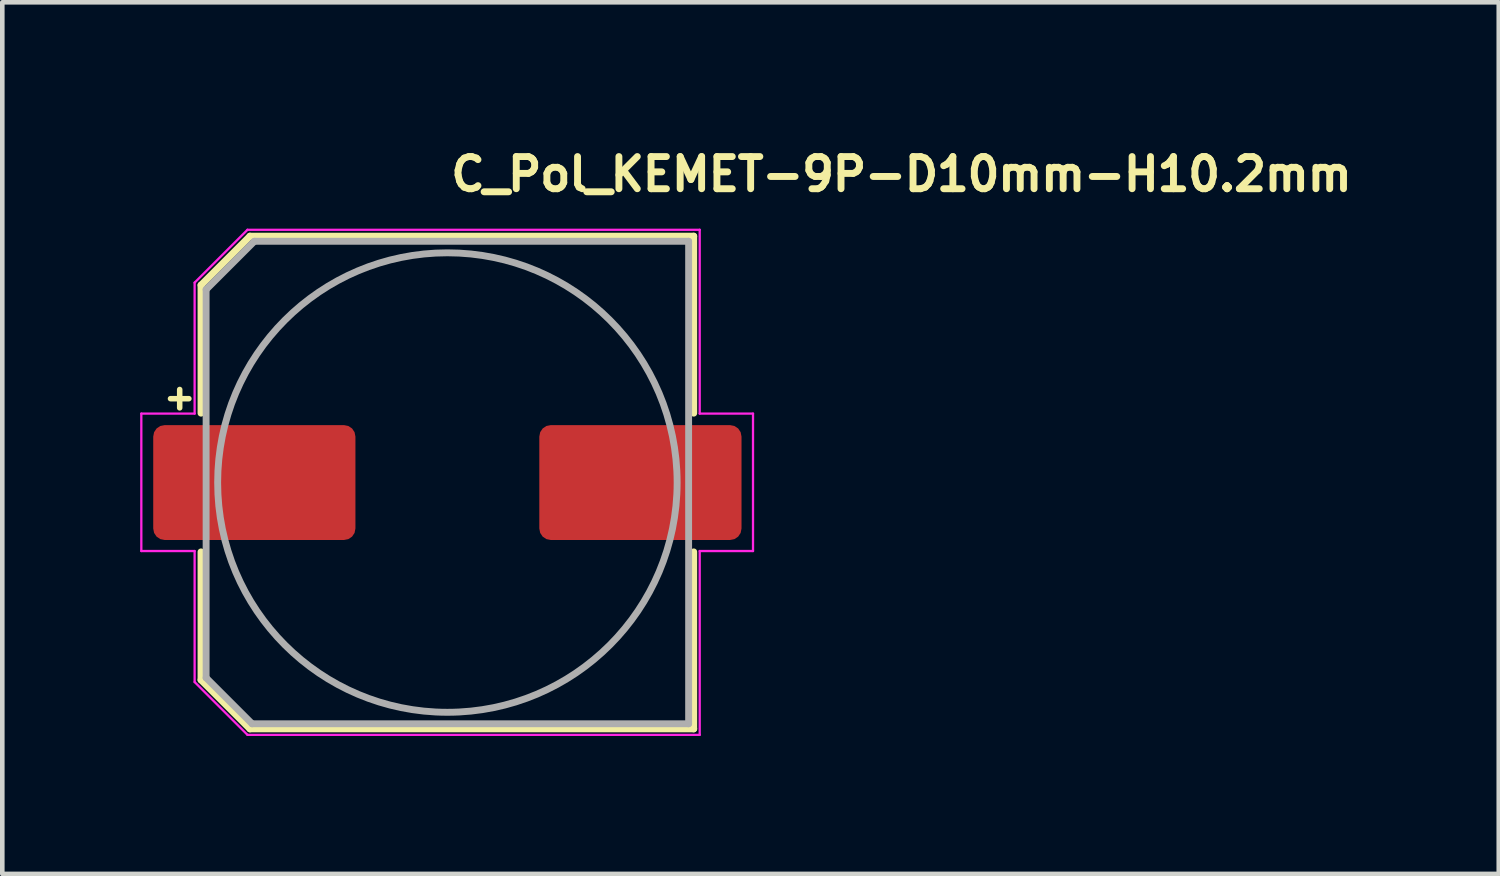
<source format=kicad_pcb>
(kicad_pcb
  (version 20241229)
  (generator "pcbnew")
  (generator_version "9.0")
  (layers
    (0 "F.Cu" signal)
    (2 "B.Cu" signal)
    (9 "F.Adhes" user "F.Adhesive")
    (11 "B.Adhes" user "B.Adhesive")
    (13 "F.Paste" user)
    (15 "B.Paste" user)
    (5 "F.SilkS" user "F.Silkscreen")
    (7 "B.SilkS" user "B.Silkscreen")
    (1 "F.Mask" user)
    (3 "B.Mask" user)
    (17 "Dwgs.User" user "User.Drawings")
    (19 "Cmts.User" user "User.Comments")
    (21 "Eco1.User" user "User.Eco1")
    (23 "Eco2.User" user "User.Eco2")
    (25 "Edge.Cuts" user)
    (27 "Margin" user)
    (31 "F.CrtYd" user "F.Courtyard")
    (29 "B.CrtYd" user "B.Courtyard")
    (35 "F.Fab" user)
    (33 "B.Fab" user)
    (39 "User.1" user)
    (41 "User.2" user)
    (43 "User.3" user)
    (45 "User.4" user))
  (footprint "C_Pol_KEMET-9P-D10mm-H10.2mm"
    (layer "F.Cu")
    (at 6.685 7.45)
    (property "Reference" "C_Pol_KEMET-9P-D10mm-H10.2mm" (at 0 -6.3 0) (layer "F.SilkS") (effects (font (size 0.7 0.7) (thickness 0.15)) (justify left bottom)))
    (attr smd)
    (fp_line (start -6.025 -1.825) (end -5.625 -1.825) (stroke (width 0.12) (type solid)) (layer "F.SilkS"))
    (fp_line (start -5.825 -2.025) (end -5.825 -1.625) (stroke (width 0.12) (type solid)) (layer "F.SilkS"))
    (fp_line (start -5.361 -4.296) (end -5.361 -1.51) (stroke (width 0.15) (type solid)) (layer "F.SilkS"))
    (fp_line (start -5.361 -4.296) (end -4.296 -5.361) (stroke (width 0.15) (type solid)) (layer "F.SilkS"))
    (fp_line (start -5.361 4.295) (end -5.361 1.509) (stroke (width 0.15) (type solid)) (layer "F.SilkS"))
    (fp_line (start -5.361 4.295) (end -4.296 5.36) (stroke (width 0.15) (type solid)) (layer "F.SilkS"))
    (fp_line (start -4.296 -5.361) (end 5.36 -5.361) (stroke (width 0.15) (type solid)) (layer "F.SilkS"))
    (fp_line (start -4.296 5.36) (end 5.36 5.36) (stroke (width 0.15) (type solid)) (layer "F.SilkS"))
    (fp_line (start 5.36 -5.361) (end 5.36 -1.51) (stroke (width 0.15) (type solid)) (layer "F.SilkS"))
    (fp_line (start 5.36 5.36) (end 5.36 1.509) (stroke (width 0.15) (type solid)) (layer "F.SilkS"))
    (fp_line (start -6.66 -1.5) (end -6.66 1.49) (stroke (width 0.05) (type solid)) (layer "F.CrtYd"))
    (fp_line (start -6.66 1.49) (end -5.5 1.49) (stroke (width 0.05) (type solid)) (layer "F.CrtYd"))
    (fp_line (start -5.5 -4.35) (end -5.5 -1.5) (stroke (width 0.05) (type solid)) (layer "F.CrtYd"))
    (fp_line (start -5.5 -4.35) (end -4.35 -5.5) (stroke (width 0.05) (type solid)) (layer "F.CrtYd"))
    (fp_line (start -5.5 -1.5) (end -6.66 -1.5) (stroke (width 0.05) (type solid)) (layer "F.CrtYd"))
    (fp_line (start -5.5 1.49) (end -5.5 4.34) (stroke (width 0.05) (type solid)) (layer "F.CrtYd"))
    (fp_line (start -5.5 4.34) (end -4.35 5.49) (stroke (width 0.05) (type solid)) (layer "F.CrtYd"))
    (fp_line (start -4.35 -5.5) (end 5.49 -5.5) (stroke (width 0.05) (type solid)) (layer "F.CrtYd"))
    (fp_line (start -4.35 5.49) (end 5.49 5.49) (stroke (width 0.05) (type solid)) (layer "F.CrtYd"))
    (fp_line (start 5.49 -5.5) (end 5.49 -1.5) (stroke (width 0.05) (type solid)) (layer "F.CrtYd"))
    (fp_line (start 5.49 -1.5) (end 6.65 -1.5) (stroke (width 0.05) (type solid)) (layer "F.CrtYd"))
    (fp_line (start 5.49 1.49) (end 5.49 5.49) (stroke (width 0.05) (type solid)) (layer "F.CrtYd"))
    (fp_line (start 6.65 -1.5) (end 6.65 1.49) (stroke (width 0.05) (type solid)) (layer "F.CrtYd"))
    (fp_line (start 6.65 1.49) (end 5.49 1.49) (stroke (width 0.05) (type solid)) (layer "F.CrtYd"))
    (fp_line (start -5.25 -4.2) (end -5.25 4.249) (stroke (width 0.15) (type solid)) (layer "F.Fab"))
    (fp_line (start -5.25 -4.2) (end -4.2 -5.25) (stroke (width 0.15) (type solid)) (layer "F.Fab"))
    (fp_line (start -5.25 4.249) (end -4.25 5.249) (stroke (width 0.15) (type solid)) (layer "F.Fab"))
    (fp_line (start -4.25 5.249) (end 5.249 5.249) (stroke (width 0.15) (type solid)) (layer "F.Fab"))
    (fp_line (start -4.2 -5.25) (end 5.249 -5.25) (stroke (width 0.15) (type solid)) (layer "F.Fab"))
    (fp_line (start 5.249 -5.25) (end 5.249 5.249) (stroke (width 0.15) (type solid)) (layer "F.Fab"))
    (fp_circle (center 0 0) (end 4.999 0) (stroke (width 0.15) (type solid)) (fill no) (layer "F.Fab"))
    (fp_line (start -5.25 -4.2) (end -5.25 4.249) (stroke (width 0.15) (type solid)) (layer "User.5"))
    (fp_line (start -5.25 -4.2) (end -4.2 -5.25) (stroke (width 0.15) (type solid)) (layer "User.5"))
    (fp_line (start -5.25 4.249) (end -4.25 5.249) (stroke (width 0.15) (type solid)) (layer "User.5"))
    (fp_line (start -4.25 5.249) (end 5.249 5.249) (stroke (width 0.15) (type solid)) (layer "User.5"))
    (fp_line (start -4.2 -5.25) (end 5.249 -5.25) (stroke (width 0.15) (type solid)) (layer "User.5"))
    (fp_line (start 5.249 -5.25) (end 5.249 5.249) (stroke (width 0.15) (type solid)) (layer "User.5"))
    (fp_circle (center 0 0) (end 4.999 0) (stroke (width 0.15) (type solid)) (fill no) (layer "User.5"))
    (fp_line (start -6 -0.45) (end -6 0.45) (stroke (width 0.01) (type solid)) (layer "User.9"))
    (fp_line (start -6 0.45) (end -5.15 0.45) (stroke (width 0.01) (type solid)) (layer "User.9"))
    (fp_line (start -5.15 -4.15) (end -5.15 -0.719) (stroke (width 0.01) (type solid)) (layer "User.9"))
    (fp_line (start -5.15 -0.719) (end -5.15 0.719) (stroke (width 0.01) (type solid)) (layer "User.9"))
    (fp_line (start -5.15 -0.719) (end -5.116 -0.934) (stroke (width 0.01) (type solid)) (layer "User.9"))
    (fp_line (start -5.15 -0.45) (end -6 -0.45) (stroke (width 0.01) (type solid)) (layer "User.9"))
    (fp_line (start -5.15 0.719) (end -5.15 4.15) (stroke (width 0.01) (type solid)) (layer "User.9"))
    (fp_line (start -5.15 4.15) (end -4.15 5.15) (stroke (width 0.01) (type solid)) (layer "User.9"))
    (fp_line (start -5.116 -0.934) (end -5.073 -1.145) (stroke (width 0.01) (type solid)) (layer "User.9"))
    (fp_line (start -5.116 0.934) (end -5.15 0.719) (stroke (width 0.01) (type solid)) (layer "User.9"))
    (fp_line (start -5.073 -1.145) (end -5.021 -1.353) (stroke (width 0.01) (type solid)) (layer "User.9"))
    (fp_line (start -5.073 1.145) (end -5.116 0.934) (stroke (width 0.01) (type solid)) (layer "User.9"))
    (fp_line (start -5.021 -1.353) (end -4.962 -1.557) (stroke (width 0.01) (type solid)) (layer "User.9"))
    (fp_line (start -5.021 1.353) (end -5.073 1.145) (stroke (width 0.01) (type solid)) (layer "User.9"))
    (fp_line (start -5 0) (end -4.991 -0.297) (stroke (width 0.01) (type solid)) (layer "User.9"))
    (fp_line (start -4.998 0.148) (end -5 0) (stroke (width 0.01) (type solid)) (layer "User.9"))
    (fp_line (start -4.991 0.296) (end -4.998 0.148) (stroke (width 0.01) (type solid)) (layer "User.9"))
    (fp_line (start -4.991 -0.297) (end -4.965 -0.592) (stroke (width 0.01) (type solid)) (layer "User.9"))
    (fp_line (start -4.991 0.297) (end -5 0) (stroke (width 0.01) (type solid)) (layer "User.9"))
    (fp_line (start -4.98 0.444) (end -4.991 0.296) (stroke (width 0.01) (type solid)) (layer "User.9"))
    (fp_line (start -4.965 0.591) (end -4.98 0.444) (stroke (width 0.01) (type solid)) (layer "User.9"))
    (fp_line (start -4.965 -0.592) (end -4.922 -0.883) (stroke (width 0.01) (type solid)) (layer "User.9"))
    (fp_line (start -4.965 0.592) (end -4.991 0.297) (stroke (width 0.01) (type solid)) (layer "User.9"))
    (fp_line (start -4.962 -1.557) (end -4.894 -1.758) (stroke (width 0.01) (type solid)) (layer "User.9"))
    (fp_line (start -4.962 1.557) (end -5.021 1.353) (stroke (width 0.01) (type solid)) (layer "User.9"))
    (fp_line (start -4.945 0.738) (end -4.965 0.591) (stroke (width 0.01) (type solid)) (layer "User.9"))
    (fp_line (start -4.922 0.883) (end -4.965 0.592) (stroke (width 0.01) (type solid)) (layer "User.9"))
    (fp_line (start -4.922 -0.883) (end -4.861 -1.169) (stroke (width 0.01) (type solid)) (layer "User.9"))
    (fp_line (start -4.921 0.885) (end -4.945 0.738) (stroke (width 0.01) (type solid)) (layer "User.9"))
    (fp_line (start -4.894 -1.758) (end -4.819 -1.955) (stroke (width 0.01) (type solid)) (layer "User.9"))
    (fp_line (start -4.894 1.758) (end -4.962 1.557) (stroke (width 0.01) (type solid)) (layer "User.9"))
    (fp_line (start -4.892 1.031) (end -4.921 0.885) (stroke (width 0.01) (type solid)) (layer "User.9"))
    (fp_line (start -4.861 1.169) (end -4.922 0.883) (stroke (width 0.01) (type solid)) (layer "User.9"))
    (fp_line (start -4.861 -1.169) (end -4.785 -1.451) (stroke (width 0.01) (type solid)) (layer "User.9"))
    (fp_line (start -4.859 1.176) (end -4.892 1.031) (stroke (width 0.01) (type solid)) (layer "User.9"))
    (fp_line (start -4.822 1.321) (end -4.859 1.176) (stroke (width 0.01) (type solid)) (layer "User.9"))
    (fp_line (start -4.819 -1.955) (end -4.736 -2.148) (stroke (width 0.01) (type solid)) (layer "User.9"))
    (fp_line (start -4.819 1.955) (end -4.894 1.758) (stroke (width 0.01) (type solid)) (layer "User.9"))
    (fp_line (start -4.785 1.451) (end -4.861 1.169) (stroke (width 0.01) (type solid)) (layer "User.9"))
    (fp_line (start -4.785 -1.451) (end -4.692 -1.727) (stroke (width 0.01) (type solid)) (layer "User.9"))
    (fp_line (start -4.781 1.464) (end -4.822 1.321) (stroke (width 0.01) (type solid)) (layer "User.9"))
    (fp_line (start -4.736 -2.148) (end -4.646 -2.337) (stroke (width 0.01) (type solid)) (layer "User.9"))
    (fp_line (start -4.736 2.148) (end -4.819 1.955) (stroke (width 0.01) (type solid)) (layer "User.9"))
    (fp_line (start -4.735 1.606) (end -4.781 1.464) (stroke (width 0.01) (type solid)) (layer "User.9"))
    (fp_line (start -4.692 1.727) (end -4.785 1.451) (stroke (width 0.01) (type solid)) (layer "User.9"))
    (fp_line (start -4.692 -1.727) (end -4.584 -1.997) (stroke (width 0.01) (type solid)) (layer "User.9"))
    (fp_line (start -4.685 1.747) (end -4.735 1.606) (stroke (width 0.01) (type solid)) (layer "User.9"))
    (fp_line (start -4.646 -2.337) (end -4.548 -2.522) (stroke (width 0.01) (type solid)) (layer "User.9"))
    (fp_line (start -4.646 2.337) (end -4.736 2.148) (stroke (width 0.01) (type solid)) (layer "User.9"))
    (fp_line (start -4.631 1.886) (end -4.685 1.747) (stroke (width 0.01) (type solid)) (layer "User.9"))
    (fp_line (start -4.584 1.997) (end -4.692 1.727) (stroke (width 0.01) (type solid)) (layer "User.9"))
    (fp_line (start -4.584 -1.997) (end -4.46 -2.259) (stroke (width 0.01) (type solid)) (layer "User.9"))
    (fp_line (start -4.572 2.024) (end -4.631 1.886) (stroke (width 0.01) (type solid)) (layer "User.9"))
    (fp_line (start -4.548 -2.522) (end -4.443 -2.702) (stroke (width 0.01) (type solid)) (layer "User.9"))
    (fp_line (start -4.548 2.522) (end -4.646 2.337) (stroke (width 0.01) (type solid)) (layer "User.9"))
    (fp_line (start -4.518 -2.142) (end -4.447 -2.285) (stroke (width 0.01) (type solid)) (layer "User.9"))
    (fp_line (start -4.518 -2.142) (end -4.438 -2.304) (stroke (width 0.01) (type solid)) (layer "User.9"))
    (fp_line (start -4.51 2.16) (end -4.572 2.024) (stroke (width 0.01) (type solid)) (layer "User.9"))
    (fp_line (start -4.46 2.259) (end -4.584 1.997) (stroke (width 0.01) (type solid)) (layer "User.9"))
    (fp_line (start -4.46 -2.259) (end -4.322 -2.515) (stroke (width 0.01) (type solid)) (layer "User.9"))
    (fp_line (start -4.447 -2.285) (end -4.372 -2.427) (stroke (width 0.01) (type solid)) (layer "User.9"))
    (fp_line (start -4.447 2.285) (end -4.518 2.142) (stroke (width 0.01) (type solid)) (layer "User.9"))
    (fp_line (start -4.443 -2.702) (end -4.332 -2.877) (stroke (width 0.01) (type solid)) (layer "User.9"))
    (fp_line (start -4.443 2.702) (end -4.548 2.522) (stroke (width 0.01) (type solid)) (layer "User.9"))
    (fp_line (start -4.443 2.294) (end -4.51 2.16) (stroke (width 0.01) (type solid)) (layer "User.9"))
    (fp_line (start -4.443 2.294) (end -4.443 2.294) (stroke (width 0.01) (type solid)) (layer "User.9"))
    (fp_line (start -4.438 -2.304) (end -4.351 -2.464) (stroke (width 0.01) (type solid)) (layer "User.9"))
    (fp_line (start -4.372 2.426) (end -4.443 2.294) (stroke (width 0.01) (type solid)) (layer "User.9"))
    (fp_line (start -4.372 -2.427) (end -4.291 -2.566) (stroke (width 0.01) (type solid)) (layer "User.9"))
    (fp_line (start -4.372 2.427) (end -4.447 2.285) (stroke (width 0.01) (type solid)) (layer "User.9"))
    (fp_line (start -4.351 -2.464) (end -4.259 -2.62) (stroke (width 0.01) (type solid)) (layer "User.9"))
    (fp_line (start -4.332 -2.877) (end -4.214 -3.048) (stroke (width 0.01) (type solid)) (layer "User.9"))
    (fp_line (start -4.332 2.877) (end -4.443 2.702) (stroke (width 0.01) (type solid)) (layer "User.9"))
    (fp_line (start -4.322 2.515) (end -4.46 2.259) (stroke (width 0.01) (type solid)) (layer "User.9"))
    (fp_line (start -4.322 -2.515) (end -4.168 -2.762) (stroke (width 0.01) (type solid)) (layer "User.9"))
    (fp_line (start -4.297 2.556) (end -4.372 2.426) (stroke (width 0.01) (type solid)) (layer "User.9"))
    (fp_line (start -4.291 -2.566) (end -4.207 -2.703) (stroke (width 0.01) (type solid)) (layer "User.9"))
    (fp_line (start -4.291 2.566) (end -4.372 2.427) (stroke (width 0.01) (type solid)) (layer "User.9"))
    (fp_line (start -4.259 -2.62) (end -4.161 -2.773) (stroke (width 0.01) (type solid)) (layer "User.9"))
    (fp_line (start -4.219 2.684) (end -4.297 2.556) (stroke (width 0.01) (type solid)) (layer "User.9"))
    (fp_line (start -4.214 -3.048) (end -4.089 -3.213) (stroke (width 0.01) (type solid)) (layer "User.9"))
    (fp_line (start -4.214 3.048) (end -4.332 2.877) (stroke (width 0.01) (type solid)) (layer "User.9"))
    (fp_line (start -4.207 -2.703) (end -4.118 -2.836) (stroke (width 0.01) (type solid)) (layer "User.9"))
    (fp_line (start -4.207 2.703) (end -4.291 2.566) (stroke (width 0.01) (type solid)) (layer "User.9"))
    (fp_line (start -4.168 2.762) (end -4.322 2.515) (stroke (width 0.01) (type solid)) (layer "User.9"))
    (fp_line (start -4.168 -2.762) (end -4 -2.999) (stroke (width 0.01) (type solid)) (layer "User.9"))
    (fp_line (start -4.161 -2.773) (end -4.057 -2.922) (stroke (width 0.01) (type solid)) (layer "User.9"))
    (fp_line (start -4.15 -5.15) (end -5.15 -4.15) (stroke (width 0.01) (type solid)) (layer "User.9"))
    (fp_line (start -4.136 2.809) (end -4.219 2.684) (stroke (width 0.01) (type solid)) (layer "User.9"))
    (fp_line (start -4.118 -2.836) (end -4.024 -2.967) (stroke (width 0.01) (type solid)) (layer "User.9"))
    (fp_line (start -4.118 2.836) (end -4.207 2.703) (stroke (width 0.01) (type solid)) (layer "User.9"))
    (fp_line (start -4.089 -3.213) (end -3.958 -3.373) (stroke (width 0.01) (type solid)) (layer "User.9"))
    (fp_line (start -4.089 3.213) (end -4.214 3.048) (stroke (width 0.01) (type solid)) (layer "User.9"))
    (fp_line (start -4.057 -2.922) (end -3.948 -3.068) (stroke (width 0.01) (type solid)) (layer "User.9"))
    (fp_line (start -4.05 2.932) (end -4.136 2.809) (stroke (width 0.01) (type solid)) (layer "User.9"))
    (fp_line (start -4.024 -2.967) (end -3.927 -3.095) (stroke (width 0.01) (type solid)) (layer "User.9"))
    (fp_line (start -4.024 2.967) (end -4.118 2.836) (stroke (width 0.01) (type solid)) (layer "User.9"))
    (fp_line (start -4 2.999) (end -4.168 2.762) (stroke (width 0.01) (type solid)) (layer "User.9"))
    (fp_line (start -4 -2.999) (end -3.819 -3.228) (stroke (width 0.01) (type solid)) (layer "User.9"))
    (fp_line (start -3.96 3.052) (end -4.05 2.932) (stroke (width 0.01) (type solid)) (layer "User.9"))
    (fp_line (start -3.958 -3.373) (end -3.677 -3.677) (stroke (width 0.01) (type solid)) (layer "User.9"))
    (fp_line (start -3.958 3.373) (end -4.089 3.213) (stroke (width 0.01) (type solid)) (layer "User.9"))
    (fp_line (start -3.948 -3.068) (end -3.834 -3.209) (stroke (width 0.01) (type solid)) (layer "User.9"))
    (fp_line (start -3.927 -3.095) (end -3.825 -3.22) (stroke (width 0.01) (type solid)) (layer "User.9"))
    (fp_line (start -3.927 3.095) (end -4.024 2.967) (stroke (width 0.01) (type solid)) (layer "User.9"))
    (fp_line (start -3.867 3.17) (end -3.96 3.052) (stroke (width 0.01) (type solid)) (layer "User.9"))
    (fp_line (start -3.834 -3.209) (end -3.715 -3.346) (stroke (width 0.01) (type solid)) (layer "User.9"))
    (fp_line (start -3.825 -3.22) (end -3.72 -3.341) (stroke (width 0.01) (type solid)) (layer "User.9"))
    (fp_line (start -3.825 3.22) (end -3.927 3.095) (stroke (width 0.01) (type solid)) (layer "User.9"))
    (fp_line (start -3.819 3.228) (end -4 2.999) (stroke (width 0.01) (type solid)) (layer "User.9"))
    (fp_line (start -3.819 -3.228) (end -3.623 -3.446) (stroke (width 0.01) (type solid)) (layer "User.9"))
    (fp_line (start -3.77 3.284) (end -3.867 3.17) (stroke (width 0.01) (type solid)) (layer "User.9"))
    (fp_line (start -3.72 -3.341) (end -3.61 -3.459) (stroke (width 0.01) (type solid)) (layer "User.9"))
    (fp_line (start -3.72 3.341) (end -3.825 3.22) (stroke (width 0.01) (type solid)) (layer "User.9"))
    (fp_line (start -3.715 -3.346) (end -3.59 -3.479) (stroke (width 0.01) (type solid)) (layer "User.9"))
    (fp_line (start -3.677 -3.677) (end -3.373 -3.958) (stroke (width 0.01) (type solid)) (layer "User.9"))
    (fp_line (start -3.677 3.677) (end -3.958 3.373) (stroke (width 0.01) (type solid)) (layer "User.9"))
    (fp_line (start -3.669 3.396) (end -3.77 3.284) (stroke (width 0.01) (type solid)) (layer "User.9"))
    (fp_line (start -3.623 3.446) (end -3.819 3.228) (stroke (width 0.01) (type solid)) (layer "User.9"))
    (fp_line (start -3.623 -3.446) (end -3.414 -3.653) (stroke (width 0.01) (type solid)) (layer "User.9"))
    (fp_line (start -3.61 -3.459) (end -3.497 -3.574) (stroke (width 0.01) (type solid)) (layer "User.9"))
    (fp_line (start -3.61 3.459) (end -3.72 3.341) (stroke (width 0.01) (type solid)) (layer "User.9"))
    (fp_line (start -3.59 -3.479) (end -3.462 -3.608) (stroke (width 0.01) (type solid)) (layer "User.9"))
    (fp_line (start -3.566 3.505) (end -3.669 3.396) (stroke (width 0.01) (type solid)) (layer "User.9"))
    (fp_line (start -3.497 -3.574) (end -3.38 -3.684) (stroke (width 0.01) (type solid)) (layer "User.9"))
    (fp_line (start -3.497 3.574) (end -3.61 3.459) (stroke (width 0.01) (type solid)) (layer "User.9"))
    (fp_line (start -3.462 -3.608) (end -3.328 -3.732) (stroke (width 0.01) (type solid)) (layer "User.9"))
    (fp_line (start -3.459 3.611) (end -3.566 3.505) (stroke (width 0.01) (type solid)) (layer "User.9"))
    (fp_line (start -3.414 3.653) (end -3.623 3.446) (stroke (width 0.01) (type solid)) (layer "User.9"))
    (fp_line (start -3.414 -3.653) (end -3.193 -3.848) (stroke (width 0.01) (type solid)) (layer "User.9"))
    (fp_line (start -3.38 -3.684) (end -3.26 -3.791) (stroke (width 0.01) (type solid)) (layer "User.9"))
    (fp_line (start -3.38 3.684) (end -3.497 3.574) (stroke (width 0.01) (type solid)) (layer "User.9"))
    (fp_line (start -3.373 -3.958) (end -3.213 -4.089) (stroke (width 0.01) (type solid)) (layer "User.9"))
    (fp_line (start -3.373 3.958) (end -3.677 3.677) (stroke (width 0.01) (type solid)) (layer "User.9"))
    (fp_line (start -3.349 3.713) (end -3.459 3.611) (stroke (width 0.01) (type solid)) (layer "User.9"))
    (fp_line (start -3.328 -3.732) (end -3.19 -3.85) (stroke (width 0.01) (type solid)) (layer "User.9"))
    (fp_line (start -3.26 -3.791) (end -3.136 -3.894) (stroke (width 0.01) (type solid)) (layer "User.9"))
    (fp_line (start -3.26 3.791) (end -3.38 3.684) (stroke (width 0.01) (type solid)) (layer "User.9"))
    (fp_line (start -3.236 3.812) (end -3.349 3.713) (stroke (width 0.01) (type solid)) (layer "User.9"))
    (fp_line (start -3.213 -4.089) (end -3.048 -4.214) (stroke (width 0.01) (type solid)) (layer "User.9"))
    (fp_line (start -3.213 4.089) (end -3.373 3.958) (stroke (width 0.01) (type solid)) (layer "User.9"))
    (fp_line (start -3.193 3.848) (end -3.414 3.653) (stroke (width 0.01) (type solid)) (layer "User.9"))
    (fp_line (start -3.193 -3.848) (end -2.958 -4.031) (stroke (width 0.01) (type solid)) (layer "User.9"))
    (fp_line (start -3.19 -3.85) (end -3.048 -3.964) (stroke (width 0.01) (type solid)) (layer "User.9"))
    (fp_line (start -3.136 -3.894) (end -3.009 -3.993) (stroke (width 0.01) (type solid)) (layer "User.9"))
    (fp_line (start -3.136 3.894) (end -3.26 3.791) (stroke (width 0.01) (type solid)) (layer "User.9"))
    (fp_line (start -3.12 3.908) (end -3.236 3.812) (stroke (width 0.01) (type solid)) (layer "User.9"))
    (fp_line (start -3.048 -3.964) (end -2.902 -4.072) (stroke (width 0.01) (type solid)) (layer "User.9"))
    (fp_line (start -3.048 -4.214) (end -2.877 -4.332) (stroke (width 0.01) (type solid)) (layer "User.9"))
    (fp_line (start -3.048 4.214) (end -3.213 4.089) (stroke (width 0.01) (type solid)) (layer "User.9"))
    (fp_line (start -3.009 -3.993) (end -2.879 -4.088) (stroke (width 0.01) (type solid)) (layer "User.9"))
    (fp_line (start -3.009 3.993) (end -3.136 3.894) (stroke (width 0.01) (type solid)) (layer "User.9"))
    (fp_line (start -3.001 4) (end -3.12 3.908) (stroke (width 0.01) (type solid)) (layer "User.9"))
    (fp_line (start -2.958 4.031) (end -3.193 3.848) (stroke (width 0.01) (type solid)) (layer "User.9"))
    (fp_line (start -2.958 4.031) (end -2.958 4.031) (stroke (width 0.01) (type solid)) (layer "User.9"))
    (fp_line (start -2.958 -4.031) (end -2.958 -4.031) (stroke (width 0.01) (type solid)) (layer "User.9"))
    (fp_line (start -2.958 -4.031) (end -2.713 -4.2) (stroke (width 0.01) (type solid)) (layer "User.9"))
    (fp_line (start -2.902 -4.072) (end -2.751 -4.175) (stroke (width 0.01) (type solid)) (layer "User.9"))
    (fp_line (start -2.879 4.088) (end -3.009 3.993) (stroke (width 0.01) (type solid)) (layer "User.9"))
    (fp_line (start -2.879 4.088) (end -3.001 4) (stroke (width 0.01) (type solid)) (layer "User.9"))
    (fp_line (start -2.877 -4.332) (end -2.702 -4.443) (stroke (width 0.01) (type solid)) (layer "User.9"))
    (fp_line (start -2.877 4.332) (end -3.048 4.214) (stroke (width 0.01) (type solid)) (layer "User.9"))
    (fp_line (start -2.751 -4.175) (end -2.597 -4.273) (stroke (width 0.01) (type solid)) (layer "User.9"))
    (fp_line (start -2.713 4.2) (end -2.958 4.031) (stroke (width 0.01) (type solid)) (layer "User.9"))
    (fp_line (start -2.713 -4.2) (end -2.46 -4.353) (stroke (width 0.01) (type solid)) (layer "User.9"))
    (fp_line (start -2.702 -4.443) (end -2.522 -4.548) (stroke (width 0.01) (type solid)) (layer "User.9"))
    (fp_line (start -2.702 4.443) (end -2.877 4.332) (stroke (width 0.01) (type solid)) (layer "User.9"))
    (fp_line (start -2.597 -4.273) (end -2.597 -4.273) (stroke (width 0.01) (type solid)) (layer "User.9"))
    (fp_line (start -2.597 -4.273) (end -2.44 -4.364) (stroke (width 0.01) (type solid)) (layer "User.9"))
    (fp_line (start -2.522 -4.548) (end -2.337 -4.646) (stroke (width 0.01) (type solid)) (layer "User.9"))
    (fp_line (start -2.522 4.548) (end -2.702 4.443) (stroke (width 0.01) (type solid)) (layer "User.9"))
    (fp_line (start -2.46 4.353) (end -2.713 4.2) (stroke (width 0.01) (type solid)) (layer "User.9"))
    (fp_line (start -2.46 -4.353) (end -2.2 -4.49) (stroke (width 0.01) (type solid)) (layer "User.9"))
    (fp_line (start -2.44 -4.364) (end -2.279 -4.451) (stroke (width 0.01) (type solid)) (layer "User.9"))
    (fp_line (start -2.337 -4.646) (end -2.148 -4.736) (stroke (width 0.01) (type solid)) (layer "User.9"))
    (fp_line (start -2.337 4.646) (end -2.522 4.548) (stroke (width 0.01) (type solid)) (layer "User.9"))
    (fp_line (start -2.279 -4.451) (end -2.116 -4.531) (stroke (width 0.01) (type solid)) (layer "User.9"))
    (fp_line (start -2.2 4.49) (end -2.46 4.353) (stroke (width 0.01) (type solid)) (layer "User.9"))
    (fp_line (start -2.2 -4.49) (end -1.934 -4.611) (stroke (width 0.01) (type solid)) (layer "User.9"))
    (fp_line (start -2.148 -4.736) (end -1.955 -4.819) (stroke (width 0.01) (type solid)) (layer "User.9"))
    (fp_line (start -2.148 4.736) (end -2.337 4.646) (stroke (width 0.01) (type solid)) (layer "User.9"))
    (fp_line (start -2.116 -4.531) (end -1.949 -4.604) (stroke (width 0.01) (type solid)) (layer "User.9"))
    (fp_line (start -1.955 -4.819) (end -1.758 -4.894) (stroke (width 0.01) (type solid)) (layer "User.9"))
    (fp_line (start -1.955 4.819) (end -2.148 4.736) (stroke (width 0.01) (type solid)) (layer "User.9"))
    (fp_line (start -1.949 -4.604) (end -1.78 -4.672) (stroke (width 0.01) (type solid)) (layer "User.9"))
    (fp_line (start -1.934 4.611) (end -2.2 4.49) (stroke (width 0.01) (type solid)) (layer "User.9"))
    (fp_line (start -1.934 -4.611) (end -1.661 -4.716) (stroke (width 0.01) (type solid)) (layer "User.9"))
    (fp_line (start -1.78 -4.672) (end -1.609 -4.734) (stroke (width 0.01) (type solid)) (layer "User.9"))
    (fp_line (start -1.758 -4.894) (end -1.557 -4.962) (stroke (width 0.01) (type solid)) (layer "User.9"))
    (fp_line (start -1.758 4.894) (end -1.955 4.819) (stroke (width 0.01) (type solid)) (layer "User.9"))
    (fp_line (start -1.661 4.716) (end -1.934 4.611) (stroke (width 0.01) (type solid)) (layer "User.9"))
    (fp_line (start -1.661 -4.716) (end -1.384 -4.805) (stroke (width 0.01) (type solid)) (layer "User.9"))
    (fp_line (start -1.609 -4.734) (end -1.436 -4.789) (stroke (width 0.01) (type solid)) (layer "User.9"))
    (fp_line (start -1.557 -4.962) (end -1.353 -5.021) (stroke (width 0.01) (type solid)) (layer "User.9"))
    (fp_line (start -1.557 4.962) (end -1.758 4.894) (stroke (width 0.01) (type solid)) (layer "User.9"))
    (fp_line (start -1.436 -4.789) (end -1.26 -4.838) (stroke (width 0.01) (type solid)) (layer "User.9"))
    (fp_line (start -1.384 4.805) (end -1.661 4.716) (stroke (width 0.01) (type solid)) (layer "User.9"))
    (fp_line (start -1.384 -4.805) (end -1.102 -4.877) (stroke (width 0.01) (type solid)) (layer "User.9"))
    (fp_line (start -1.353 -5.021) (end -1.145 -5.073) (stroke (width 0.01) (type solid)) (layer "User.9"))
    (fp_line (start -1.353 5.021) (end -1.557 4.962) (stroke (width 0.01) (type solid)) (layer "User.9"))
    (fp_line (start -1.26 -4.838) (end -1.084 -4.881) (stroke (width 0.01) (type solid)) (layer "User.9"))
    (fp_line (start -1.145 -5.073) (end -0.934 -5.116) (stroke (width 0.01) (type solid)) (layer "User.9"))
    (fp_line (start -1.145 5.073) (end -1.353 5.021) (stroke (width 0.01) (type solid)) (layer "User.9"))
    (fp_line (start -1.102 4.877) (end -1.384 4.805) (stroke (width 0.01) (type solid)) (layer "User.9"))
    (fp_line (start -1.102 -4.877) (end -0.817 -4.933) (stroke (width 0.01) (type solid)) (layer "User.9"))
    (fp_line (start -1.084 -4.881) (end -0.905 -4.917) (stroke (width 0.01) (type solid)) (layer "User.9"))
    (fp_line (start -0.934 -5.116) (end -0.719 -5.15) (stroke (width 0.01) (type solid)) (layer "User.9"))
    (fp_line (start -0.934 5.116) (end -1.145 5.073) (stroke (width 0.01) (type solid)) (layer "User.9"))
    (fp_line (start -0.905 -4.917) (end -0.726 -4.947) (stroke (width 0.01) (type solid)) (layer "User.9"))
    (fp_line (start -0.817 4.933) (end -1.102 4.877) (stroke (width 0.01) (type solid)) (layer "User.9"))
    (fp_line (start -0.817 -4.933) (end -0.529 -4.972) (stroke (width 0.01) (type solid)) (layer "User.9"))
    (fp_line (start -0.726 -4.947) (end -0.545 -4.97) (stroke (width 0.01) (type solid)) (layer "User.9"))
    (fp_line (start -0.719 -5.15) (end -4.15 -5.15) (stroke (width 0.01) (type solid)) (layer "User.9"))
    (fp_line (start -0.719 5.15) (end -4.15 5.15) (stroke (width 0.01) (type solid)) (layer "User.9"))
    (fp_line (start -0.719 5.15) (end -0.934 5.116) (stroke (width 0.01) (type solid)) (layer "User.9"))
    (fp_line (start -0.719 5.15) (end 0.719 5.15) (stroke (width 0.01) (type solid)) (layer "User.9"))
    (fp_line (start -0.545 -4.97) (end -0.364 -4.987) (stroke (width 0.01) (type solid)) (layer "User.9"))
    (fp_line (start -0.529 4.972) (end -0.817 4.933) (stroke (width 0.01) (type solid)) (layer "User.9"))
    (fp_line (start -0.529 -4.972) (end -0.24 -4.994) (stroke (width 0.01) (type solid)) (layer "User.9"))
    (fp_line (start -0.364 -4.987) (end -0.182 -4.997) (stroke (width 0.01) (type solid)) (layer "User.9"))
    (fp_line (start -0.24 4.994) (end -0.529 4.972) (stroke (width 0.01) (type solid)) (layer "User.9"))
    (fp_line (start -0.24 -4.994) (end 0.052 -5) (stroke (width 0.01) (type solid)) (layer "User.9"))
    (fp_line (start -0.182 -4.997) (end -0.000445 -5) (stroke (width 0.01) (type solid)) (layer "User.9"))
    (fp_line (start -0.000445 -5) (end 0.181 -4.997) (stroke (width 0.01) (type solid)) (layer "User.9"))
    (fp_line (start 0.052 5) (end -0.24 4.994) (stroke (width 0.01) (type solid)) (layer "User.9"))
    (fp_line (start 0.052 -5) (end 0.343 -4.988) (stroke (width 0.01) (type solid)) (layer "User.9"))
    (fp_line (start 0.181 -4.997) (end 0.181 -4.997) (stroke (width 0.01) (type solid)) (layer "User.9"))
    (fp_line (start 0.181 -4.997) (end 0.363 -4.987) (stroke (width 0.01) (type solid)) (layer "User.9"))
    (fp_line (start 0.343 4.988) (end 0.052 5) (stroke (width 0.01) (type solid)) (layer "User.9"))
    (fp_line (start 0.343 -4.988) (end 0.635 -4.96) (stroke (width 0.01) (type solid)) (layer "User.9"))
    (fp_line (start 0.363 -4.987) (end 0.544 -4.971) (stroke (width 0.01) (type solid)) (layer "User.9"))
    (fp_line (start 0.544 -4.971) (end 0.725 -4.947) (stroke (width 0.01) (type solid)) (layer "User.9"))
    (fp_line (start 0.635 4.96) (end 0.343 4.988) (stroke (width 0.01) (type solid)) (layer "User.9"))
    (fp_line (start 0.635 -4.96) (end 0.925 -4.914) (stroke (width 0.01) (type solid)) (layer "User.9"))
    (fp_line (start 0.719 -5.15) (end -0.719 -5.15) (stroke (width 0.01) (type solid)) (layer "User.9"))
    (fp_line (start 0.719 5.15) (end 0.934 5.116) (stroke (width 0.01) (type solid)) (layer "User.9"))
    (fp_line (start 0.719 5.15) (end 4.75 5.15) (stroke (width 0.01) (type solid)) (layer "User.9"))
    (fp_line (start 0.725 -4.947) (end 0.904 -4.918) (stroke (width 0.01) (type solid)) (layer "User.9"))
    (fp_line (start 0.904 -4.918) (end 1.082 -4.882) (stroke (width 0.01) (type solid)) (layer "User.9"))
    (fp_line (start 0.925 4.914) (end 0.635 4.96) (stroke (width 0.01) (type solid)) (layer "User.9"))
    (fp_line (start 0.925 -4.914) (end 1.214 -4.85) (stroke (width 0.01) (type solid)) (layer "User.9"))
    (fp_line (start 0.934 5.116) (end 1.145 5.073) (stroke (width 0.01) (type solid)) (layer "User.9"))
    (fp_line (start 0.934 -5.116) (end 0.719 -5.15) (stroke (width 0.01) (type solid)) (layer "User.9"))
    (fp_line (start 1.082 -4.882) (end 1.259 -4.839) (stroke (width 0.01) (type solid)) (layer "User.9"))
    (fp_line (start 1.145 5.073) (end 1.353 5.021) (stroke (width 0.01) (type solid)) (layer "User.9"))
    (fp_line (start 1.145 -5.073) (end 0.934 -5.116) (stroke (width 0.01) (type solid)) (layer "User.9"))
    (fp_line (start 1.214 4.85) (end 0.925 4.914) (stroke (width 0.01) (type solid)) (layer "User.9"))
    (fp_line (start 1.214 -4.85) (end 1.5 -4.77) (stroke (width 0.01) (type solid)) (layer "User.9"))
    (fp_line (start 1.259 -4.839) (end 1.434 -4.79) (stroke (width 0.01) (type solid)) (layer "User.9"))
    (fp_line (start 1.353 5.021) (end 1.557 4.962) (stroke (width 0.01) (type solid)) (layer "User.9"))
    (fp_line (start 1.353 -5.021) (end 1.145 -5.073) (stroke (width 0.01) (type solid)) (layer "User.9"))
    (fp_line (start 1.434 -4.79) (end 1.607 -4.735) (stroke (width 0.01) (type solid)) (layer "User.9"))
    (fp_line (start 1.5 -4.77) (end 1.693 -4.705) (stroke (width 0.01) (type solid)) (layer "User.9"))
    (fp_line (start 1.5 4.77) (end 1.214 4.85) (stroke (width 0.01) (type solid)) (layer "User.9"))
    (fp_line (start 1.557 4.962) (end 1.758 4.894) (stroke (width 0.01) (type solid)) (layer "User.9"))
    (fp_line (start 1.557 -4.962) (end 1.353 -5.021) (stroke (width 0.01) (type solid)) (layer "User.9"))
    (fp_line (start 1.607 -4.735) (end 1.778 -4.673) (stroke (width 0.01) (type solid)) (layer "User.9"))
    (fp_line (start 1.693 -4.705) (end 1.883 -4.632) (stroke (width 0.01) (type solid)) (layer "User.9"))
    (fp_line (start 1.758 4.894) (end 1.955 4.819) (stroke (width 0.01) (type solid)) (layer "User.9"))
    (fp_line (start 1.758 -4.894) (end 1.557 -4.962) (stroke (width 0.01) (type solid)) (layer "User.9"))
    (fp_line (start 1.778 -4.673) (end 1.947 -4.605) (stroke (width 0.01) (type solid)) (layer "User.9"))
    (fp_line (start 1.883 4.632) (end 1.5 4.77) (stroke (width 0.01) (type solid)) (layer "User.9"))
    (fp_line (start 1.883 -4.632) (end 2.068 -4.553) (stroke (width 0.01) (type solid)) (layer "User.9"))
    (fp_line (start 1.947 -4.605) (end 2.113 -4.532) (stroke (width 0.01) (type solid)) (layer "User.9"))
    (fp_line (start 1.955 4.819) (end 2.148 4.736) (stroke (width 0.01) (type solid)) (layer "User.9"))
    (fp_line (start 1.955 -4.819) (end 1.758 -4.894) (stroke (width 0.01) (type solid)) (layer "User.9"))
    (fp_line (start 2.068 -4.553) (end 2.248 -4.466) (stroke (width 0.01) (type solid)) (layer "User.9"))
    (fp_line (start 2.113 -4.532) (end 2.276 -4.452) (stroke (width 0.01) (type solid)) (layer "User.9"))
    (fp_line (start 2.148 4.736) (end 2.337 4.646) (stroke (width 0.01) (type solid)) (layer "User.9"))
    (fp_line (start 2.148 -4.736) (end 1.955 -4.819) (stroke (width 0.01) (type solid)) (layer "User.9"))
    (fp_line (start 2.187 -4.496) (end 2.395 -4.39) (stroke (width 0.01) (type solid)) (layer "User.9"))
    (fp_line (start 2.248 4.466) (end 1.883 4.632) (stroke (width 0.01) (type solid)) (layer "User.9"))
    (fp_line (start 2.248 -4.466) (end 2.425 -4.373) (stroke (width 0.01) (type solid)) (layer "User.9"))
    (fp_line (start 2.276 -4.452) (end 2.436 -4.367) (stroke (width 0.01) (type solid)) (layer "User.9"))
    (fp_line (start 2.337 4.646) (end 2.522 4.548) (stroke (width 0.01) (type solid)) (layer "User.9"))
    (fp_line (start 2.337 -4.646) (end 2.148 -4.736) (stroke (width 0.01) (type solid)) (layer "User.9"))
    (fp_line (start 2.395 -4.39) (end 2.597 -4.273) (stroke (width 0.01) (type solid)) (layer "User.9"))
    (fp_line (start 2.395 4.39) (end 2.187 4.496) (stroke (width 0.01) (type solid)) (layer "User.9"))
    (fp_line (start 2.395 4.39) (end 2.187 4.496) (stroke (width 0.01) (type solid)) (layer "User.9"))
    (fp_line (start 2.425 -4.373) (end 2.596 -4.273) (stroke (width 0.01) (type solid)) (layer "User.9"))
    (fp_line (start 2.436 -4.367) (end 2.593 -4.275) (stroke (width 0.01) (type solid)) (layer "User.9"))
    (fp_line (start 2.522 4.548) (end 2.702 4.443) (stroke (width 0.01) (type solid)) (layer "User.9"))
    (fp_line (start 2.522 -4.548) (end 2.337 -4.646) (stroke (width 0.01) (type solid)) (layer "User.9"))
    (fp_line (start 2.593 -4.275) (end 2.747 -4.178) (stroke (width 0.01) (type solid)) (layer "User.9"))
    (fp_line (start 2.596 4.273) (end 2.248 4.466) (stroke (width 0.01) (type solid)) (layer "User.9"))
    (fp_line (start 2.596 -4.273) (end 2.764 -4.167) (stroke (width 0.01) (type solid)) (layer "User.9"))
    (fp_line (start 2.597 -4.273) (end 2.794 -4.148) (stroke (width 0.01) (type solid)) (layer "User.9"))
    (fp_line (start 2.597 4.273) (end 2.395 4.39) (stroke (width 0.01) (type solid)) (layer "User.9"))
    (fp_line (start 2.597 4.273) (end 2.395 4.39) (stroke (width 0.01) (type solid)) (layer "User.9"))
    (fp_line (start 2.702 4.443) (end 2.877 4.332) (stroke (width 0.01) (type solid)) (layer "User.9"))
    (fp_line (start 2.702 -4.443) (end 2.522 -4.548) (stroke (width 0.01) (type solid)) (layer "User.9"))
    (fp_line (start 2.747 -4.178) (end 2.897 -4.076) (stroke (width 0.01) (type solid)) (layer "User.9"))
    (fp_line (start 2.764 -4.167) (end 2.926 -4.055) (stroke (width 0.01) (type solid)) (layer "User.9"))
    (fp_line (start 2.794 -4.148) (end 2.984 -4.013) (stroke (width 0.01) (type solid)) (layer "User.9"))
    (fp_line (start 2.794 4.148) (end 2.597 4.273) (stroke (width 0.01) (type solid)) (layer "User.9"))
    (fp_line (start 2.794 4.148) (end 2.597 4.273) (stroke (width 0.01) (type solid)) (layer "User.9"))
    (fp_line (start 2.877 4.332) (end 3.048 4.214) (stroke (width 0.01) (type solid)) (layer "User.9"))
    (fp_line (start 2.877 -4.332) (end 2.702 -4.443) (stroke (width 0.01) (type solid)) (layer "User.9"))
    (fp_line (start 2.897 -4.076) (end 2.897 -4.076) (stroke (width 0.01) (type solid)) (layer "User.9"))
    (fp_line (start 2.897 -4.076) (end 3.043 -3.968) (stroke (width 0.01) (type solid)) (layer "User.9"))
    (fp_line (start 2.926 4.055) (end 2.596 4.273) (stroke (width 0.01) (type solid)) (layer "User.9"))
    (fp_line (start 2.926 -4.055) (end 3.083 -3.937) (stroke (width 0.01) (type solid)) (layer "User.9"))
    (fp_line (start 2.984 -4.013) (end 3.167 -3.869) (stroke (width 0.01) (type solid)) (layer "User.9"))
    (fp_line (start 2.984 4.013) (end 2.794 4.148) (stroke (width 0.01) (type solid)) (layer "User.9"))
    (fp_line (start 2.984 4.013) (end 2.794 4.148) (stroke (width 0.01) (type solid)) (layer "User.9"))
    (fp_line (start 3.043 -3.968) (end 3.185 -3.855) (stroke (width 0.01) (type solid)) (layer "User.9"))
    (fp_line (start 3.048 4.214) (end 3.213 4.089) (stroke (width 0.01) (type solid)) (layer "User.9"))
    (fp_line (start 3.048 -4.214) (end 2.877 -4.332) (stroke (width 0.01) (type solid)) (layer "User.9"))
    (fp_line (start 3.083 -3.937) (end 3.235 -3.813) (stroke (width 0.01) (type solid)) (layer "User.9"))
    (fp_line (start 3.167 -3.869) (end 3.344 -3.717) (stroke (width 0.01) (type solid)) (layer "User.9"))
    (fp_line (start 3.167 3.869) (end 2.984 4.013) (stroke (width 0.01) (type solid)) (layer "User.9"))
    (fp_line (start 3.167 3.869) (end 2.984 4.013) (stroke (width 0.01) (type solid)) (layer "User.9"))
    (fp_line (start 3.185 -3.855) (end 3.323 -3.736) (stroke (width 0.01) (type solid)) (layer "User.9"))
    (fp_line (start 3.213 4.089) (end 3.373 3.958) (stroke (width 0.01) (type solid)) (layer "User.9"))
    (fp_line (start 3.213 -4.089) (end 3.048 -4.214) (stroke (width 0.01) (type solid)) (layer "User.9"))
    (fp_line (start 3.235 3.813) (end 2.926 4.055) (stroke (width 0.01) (type solid)) (layer "User.9"))
    (fp_line (start 3.235 -3.813) (end 3.382 -3.683) (stroke (width 0.01) (type solid)) (layer "User.9"))
    (fp_line (start 3.323 -3.736) (end 3.456 -3.613) (stroke (width 0.01) (type solid)) (layer "User.9"))
    (fp_line (start 3.344 -3.717) (end 3.514 -3.557) (stroke (width 0.01) (type solid)) (layer "User.9"))
    (fp_line (start 3.344 3.717) (end 3.167 3.869) (stroke (width 0.01) (type solid)) (layer "User.9"))
    (fp_line (start 3.344 3.717) (end 3.167 3.869) (stroke (width 0.01) (type solid)) (layer "User.9"))
    (fp_line (start 3.373 3.958) (end 3.677 3.677) (stroke (width 0.01) (type solid)) (layer "User.9"))
    (fp_line (start 3.373 -3.958) (end 3.213 -4.089) (stroke (width 0.01) (type solid)) (layer "User.9"))
    (fp_line (start 3.382 -3.683) (end 3.523 -3.548) (stroke (width 0.01) (type solid)) (layer "User.9"))
    (fp_line (start 3.456 -3.613) (end 3.585 -3.485) (stroke (width 0.01) (type solid)) (layer "User.9"))
    (fp_line (start 3.514 -3.557) (end 3.675 -3.389) (stroke (width 0.01) (type solid)) (layer "User.9"))
    (fp_line (start 3.514 3.557) (end 3.344 3.717) (stroke (width 0.01) (type solid)) (layer "User.9"))
    (fp_line (start 3.514 3.557) (end 3.344 3.717) (stroke (width 0.01) (type solid)) (layer "User.9"))
    (fp_line (start 3.523 3.548) (end 3.235 3.813) (stroke (width 0.01) (type solid)) (layer "User.9"))
    (fp_line (start 3.523 -3.548) (end 3.659 -3.408) (stroke (width 0.01) (type solid)) (layer "User.9"))
    (fp_line (start 3.585 -3.485) (end 3.709 -3.353) (stroke (width 0.01) (type solid)) (layer "User.9"))
    (fp_line (start 3.659 -3.408) (end 3.789 -3.263) (stroke (width 0.01) (type solid)) (layer "User.9"))
    (fp_line (start 3.675 -3.389) (end 3.83 -3.214) (stroke (width 0.01) (type solid)) (layer "User.9"))
    (fp_line (start 3.675 3.389) (end 3.514 3.557) (stroke (width 0.01) (type solid)) (layer "User.9"))
    (fp_line (start 3.675 3.389) (end 3.514 3.557) (stroke (width 0.01) (type solid)) (layer "User.9"))
    (fp_line (start 3.677 3.677) (end 3.958 3.373) (stroke (width 0.01) (type solid)) (layer "User.9"))
    (fp_line (start 3.677 -3.677) (end 3.373 -3.958) (stroke (width 0.01) (type solid)) (layer "User.9"))
    (fp_line (start 3.709 -3.353) (end 3.828 -3.216) (stroke (width 0.01) (type solid)) (layer "User.9"))
    (fp_line (start 3.789 3.263) (end 3.523 3.548) (stroke (width 0.01) (type solid)) (layer "User.9"))
    (fp_line (start 3.789 -3.263) (end 3.913 -3.113) (stroke (width 0.01) (type solid)) (layer "User.9"))
    (fp_line (start 3.828 -3.216) (end 3.943 -3.075) (stroke (width 0.01) (type solid)) (layer "User.9"))
    (fp_line (start 3.83 -3.214) (end 3.975 -3.032) (stroke (width 0.01) (type solid)) (layer "User.9"))
    (fp_line (start 3.83 3.214) (end 3.675 3.389) (stroke (width 0.01) (type solid)) (layer "User.9"))
    (fp_line (start 3.83 3.214) (end 3.675 3.389) (stroke (width 0.01) (type solid)) (layer "User.9"))
    (fp_line (start 3.913 -3.113) (end 4.031 -2.958) (stroke (width 0.01) (type solid)) (layer "User.9"))
    (fp_line (start 3.943 -3.075) (end 4.052 -2.93) (stroke (width 0.01) (type solid)) (layer "User.9"))
    (fp_line (start 3.958 3.373) (end 4.089 3.213) (stroke (width 0.01) (type solid)) (layer "User.9"))
    (fp_line (start 3.958 -3.373) (end 3.677 -3.677) (stroke (width 0.01) (type solid)) (layer "User.9"))
    (fp_line (start 3.975 -3.032) (end 4.113 -2.844) (stroke (width 0.01) (type solid)) (layer "User.9"))
    (fp_line (start 3.975 3.032) (end 3.83 3.214) (stroke (width 0.01) (type solid)) (layer "User.9"))
    (fp_line (start 3.975 3.032) (end 3.83 3.214) (stroke (width 0.01) (type solid)) (layer "User.9"))
    (fp_line (start 4.031 2.958) (end 3.789 3.263) (stroke (width 0.01) (type solid)) (layer "User.9"))
    (fp_line (start 4.031 -2.958) (end 4.143 -2.799) (stroke (width 0.01) (type solid)) (layer "User.9"))
    (fp_line (start 4.052 -2.93) (end 4.155 -2.781) (stroke (width 0.01) (type solid)) (layer "User.9"))
    (fp_line (start 4.089 3.213) (end 4.214 3.048) (stroke (width 0.01) (type solid)) (layer "User.9"))
    (fp_line (start 4.089 -3.213) (end 3.958 -3.373) (stroke (width 0.01) (type solid)) (layer "User.9"))
    (fp_line (start 4.113 -2.844) (end 4.241 -2.649) (stroke (width 0.01) (type solid)) (layer "User.9"))
    (fp_line (start 4.113 2.844) (end 3.975 3.032) (stroke (width 0.01) (type solid)) (layer "User.9"))
    (fp_line (start 4.113 2.844) (end 3.975 3.032) (stroke (width 0.01) (type solid)) (layer "User.9"))
    (fp_line (start 4.143 -2.799) (end 4.249 -2.635) (stroke (width 0.01) (type solid)) (layer "User.9"))
    (fp_line (start 4.155 -2.781) (end 4.254 -2.628) (stroke (width 0.01) (type solid)) (layer "User.9"))
    (fp_line (start 4.214 3.048) (end 4.332 2.877) (stroke (width 0.01) (type solid)) (layer "User.9"))
    (fp_line (start 4.214 -3.048) (end 4.089 -3.213) (stroke (width 0.01) (type solid)) (layer "User.9"))
    (fp_line (start 4.241 -2.649) (end 4.36 -2.449) (stroke (width 0.01) (type solid)) (layer "User.9"))
    (fp_line (start 4.241 2.649) (end 4.113 2.844) (stroke (width 0.01) (type solid)) (layer "User.9"))
    (fp_line (start 4.241 2.649) (end 4.113 2.844) (stroke (width 0.01) (type solid)) (layer "User.9"))
    (fp_line (start 4.249 2.635) (end 4.031 2.958) (stroke (width 0.01) (type solid)) (layer "User.9"))
    (fp_line (start 4.249 -2.635) (end 4.349 -2.468) (stroke (width 0.01) (type solid)) (layer "User.9"))
    (fp_line (start 4.254 -2.628) (end 4.346 -2.472) (stroke (width 0.01) (type solid)) (layer "User.9"))
    (fp_line (start 4.332 2.877) (end 4.443 2.702) (stroke (width 0.01) (type solid)) (layer "User.9"))
    (fp_line (start 4.332 -2.877) (end 4.214 -3.048) (stroke (width 0.01) (type solid)) (layer "User.9"))
    (fp_line (start 4.346 -2.472) (end 4.433 -2.312) (stroke (width 0.01) (type solid)) (layer "User.9"))
    (fp_line (start 4.349 -2.468) (end 4.442 -2.296) (stroke (width 0.01) (type solid)) (layer "User.9"))
    (fp_line (start 4.36 -2.449) (end 4.469 -2.243) (stroke (width 0.01) (type solid)) (layer "User.9"))
    (fp_line (start 4.36 2.449) (end 4.241 2.649) (stroke (width 0.01) (type solid)) (layer "User.9"))
    (fp_line (start 4.36 2.449) (end 4.241 2.649) (stroke (width 0.01) (type solid)) (layer "User.9"))
    (fp_line (start 4.433 -2.312) (end 4.514 -2.15) (stroke (width 0.01) (type solid)) (layer "User.9"))
    (fp_line (start 4.442 2.296) (end 4.249 2.635) (stroke (width 0.01) (type solid)) (layer "User.9"))
    (fp_line (start 4.442 -2.296) (end 4.528 -2.121) (stroke (width 0.01) (type solid)) (layer "User.9"))
    (fp_line (start 4.443 2.702) (end 4.548 2.522) (stroke (width 0.01) (type solid)) (layer "User.9"))
    (fp_line (start 4.443 -2.702) (end 4.332 -2.877) (stroke (width 0.01) (type solid)) (layer "User.9"))
    (fp_line (start 4.469 -2.243) (end 4.569 -2.032) (stroke (width 0.01) (type solid)) (layer "User.9"))
    (fp_line (start 4.469 2.243) (end 4.36 2.449) (stroke (width 0.01) (type solid)) (layer "User.9"))
    (fp_line (start 4.469 2.243) (end 4.36 2.449) (stroke (width 0.01) (type solid)) (layer "User.9"))
    (fp_line (start 4.514 -2.15) (end 4.589 -1.985) (stroke (width 0.01) (type solid)) (layer "User.9"))
    (fp_line (start 4.528 -2.121) (end 4.608 -1.942) (stroke (width 0.01) (type solid)) (layer "User.9"))
    (fp_line (start 4.548 2.522) (end 4.646 2.337) (stroke (width 0.01) (type solid)) (layer "User.9"))
    (fp_line (start 4.548 -2.522) (end 4.443 -2.702) (stroke (width 0.01) (type solid)) (layer "User.9"))
    (fp_line (start 4.569 -2.032) (end 4.658 -1.817) (stroke (width 0.01) (type solid)) (layer "User.9"))
    (fp_line (start 4.569 2.032) (end 4.469 2.243) (stroke (width 0.01) (type solid)) (layer "User.9"))
    (fp_line (start 4.569 2.032) (end 4.469 2.243) (stroke (width 0.01) (type solid)) (layer "User.9"))
    (fp_line (start 4.589 -1.985) (end 4.658 -1.817) (stroke (width 0.01) (type solid)) (layer "User.9"))
    (fp_line (start 4.608 1.942) (end 4.442 2.296) (stroke (width 0.01) (type solid)) (layer "User.9"))
    (fp_line (start 4.608 -1.942) (end 4.68 -1.76) (stroke (width 0.01) (type solid)) (layer "User.9"))
    (fp_line (start 4.646 -2.337) (end 4.548 -2.522) (stroke (width 0.01) (type solid)) (layer "User.9"))
    (fp_line (start 4.646 2.337) (end 4.736 2.148) (stroke (width 0.01) (type solid)) (layer "User.9"))
    (fp_line (start 4.658 1.817) (end 4.569 2.032) (stroke (width 0.01) (type solid)) (layer "User.9"))
    (fp_line (start 4.658 1.817) (end 4.569 2.032) (stroke (width 0.01) (type solid)) (layer "User.9"))
    (fp_line (start 4.68 -1.76) (end 4.746 -1.574) (stroke (width 0.01) (type solid)) (layer "User.9"))
    (fp_line (start 4.736 -2.148) (end 4.646 -2.337) (stroke (width 0.01) (type solid)) (layer "User.9"))
    (fp_line (start 4.736 2.148) (end 4.819 1.955) (stroke (width 0.01) (type solid)) (layer "User.9"))
    (fp_line (start 4.746 1.574) (end 4.608 1.942) (stroke (width 0.01) (type solid)) (layer "User.9"))
    (fp_line (start 4.746 -1.574) (end 4.804 -1.386) (stroke (width 0.01) (type solid)) (layer "User.9"))
    (fp_line (start 4.75 -5.15) (end 0.719 -5.15) (stroke (width 0.01) (type solid)) (layer "User.9"))
    (fp_line (start 4.75 -5.15) (end 4.77 -5.15) (stroke (width 0.01) (type solid)) (layer "User.9"))
    (fp_line (start 4.77 -5.15) (end 4.79 -5.148) (stroke (width 0.01) (type solid)) (layer "User.9"))
    (fp_line (start 4.77 5.15) (end 4.75 5.15) (stroke (width 0.01) (type solid)) (layer "User.9"))
    (fp_line (start 4.79 -5.148) (end 4.809 -5.146) (stroke (width 0.01) (type solid)) (layer "User.9"))
    (fp_line (start 4.79 5.148) (end 4.77 5.15) (stroke (width 0.01) (type solid)) (layer "User.9"))
    (fp_line (start 4.804 -1.386) (end 4.856 -1.195) (stroke (width 0.01) (type solid)) (layer "User.9"))
    (fp_line (start 4.809 -5.146) (end 4.828 -5.142) (stroke (width 0.01) (type solid)) (layer "User.9"))
    (fp_line (start 4.809 5.146) (end 4.79 5.148) (stroke (width 0.01) (type solid)) (layer "User.9"))
    (fp_line (start 4.819 -1.955) (end 4.736 -2.148) (stroke (width 0.01) (type solid)) (layer "User.9"))
    (fp_line (start 4.819 1.955) (end 4.894 1.758) (stroke (width 0.01) (type solid)) (layer "User.9"))
    (fp_line (start 4.828 -5.142) (end 4.848 -5.138) (stroke (width 0.01) (type solid)) (layer "User.9"))
    (fp_line (start 4.828 5.142) (end 4.809 5.146) (stroke (width 0.01) (type solid)) (layer "User.9"))
    (fp_line (start 4.848 -5.138) (end 4.866 -5.133) (stroke (width 0.01) (type solid)) (layer "User.9"))
    (fp_line (start 4.848 5.138) (end 4.828 5.142) (stroke (width 0.01) (type solid)) (layer "User.9"))
    (fp_line (start 4.856 1.195) (end 4.746 1.574) (stroke (width 0.01) (type solid)) (layer "User.9"))
    (fp_line (start 4.856 -1.195) (end 4.899 -1.001) (stroke (width 0.01) (type solid)) (layer "User.9"))
    (fp_line (start 4.866 -5.133) (end 4.885 -5.127) (stroke (width 0.01) (type solid)) (layer "User.9"))
    (fp_line (start 4.866 5.133) (end 4.848 5.138) (stroke (width 0.01) (type solid)) (layer "User.9"))
    (fp_line (start 4.885 -5.127) (end 4.903 -5.12) (stroke (width 0.01) (type solid)) (layer "User.9"))
    (fp_line (start 4.885 5.127) (end 4.866 5.133) (stroke (width 0.01) (type solid)) (layer "User.9"))
    (fp_line (start 4.894 -1.758) (end 4.819 -1.955) (stroke (width 0.01) (type solid)) (layer "User.9"))
    (fp_line (start 4.894 1.758) (end 4.962 1.557) (stroke (width 0.01) (type solid)) (layer "User.9"))
    (fp_line (start 4.899 -1.001) (end 4.935 -0.805) (stroke (width 0.01) (type solid)) (layer "User.9"))
    (fp_line (start 4.903 -5.12) (end 4.921 -5.112) (stroke (width 0.01) (type solid)) (layer "User.9"))
    (fp_line (start 4.903 5.12) (end 4.885 5.127) (stroke (width 0.01) (type solid)) (layer "User.9"))
    (fp_line (start 4.921 -5.112) (end 4.938 -5.103) (stroke (width 0.01) (type solid)) (layer "User.9"))
    (fp_line (start 4.921 5.112) (end 4.903 5.12) (stroke (width 0.01) (type solid)) (layer "User.9"))
    (fp_line (start 4.935 0.805) (end 4.856 1.195) (stroke (width 0.01) (type solid)) (layer "User.9"))
    (fp_line (start 4.935 -0.805) (end 4.963 -0.607) (stroke (width 0.01) (type solid)) (layer "User.9"))
    (fp_line (start 4.938 -5.103) (end 4.955 -5.093) (stroke (width 0.01) (type solid)) (layer "User.9"))
    (fp_line (start 4.938 5.103) (end 4.921 5.112) (stroke (width 0.01) (type solid)) (layer "User.9"))
    (fp_line (start 4.955 -5.093) (end 4.972 -5.083) (stroke (width 0.01) (type solid)) (layer "User.9"))
    (fp_line (start 4.955 5.093) (end 4.938 5.103) (stroke (width 0.01) (type solid)) (layer "User.9"))
    (fp_line (start 4.962 -1.557) (end 4.894 -1.758) (stroke (width 0.01) (type solid)) (layer "User.9"))
    (fp_line (start 4.962 1.557) (end 5.021 1.353) (stroke (width 0.01) (type solid)) (layer "User.9"))
    (fp_line (start 4.963 -0.607) (end 4.984 -0.406) (stroke (width 0.01) (type solid)) (layer "User.9"))
    (fp_line (start 4.972 -5.083) (end 4.988 -5.072) (stroke (width 0.01) (type solid)) (layer "User.9"))
    (fp_line (start 4.972 5.083) (end 4.955 5.093) (stroke (width 0.01) (type solid)) (layer "User.9"))
    (fp_line (start 4.984 -0.406) (end 4.996 -0.204) (stroke (width 0.01) (type solid)) (layer "User.9"))
    (fp_line (start 4.984 0.406) (end 4.935 0.805) (stroke (width 0.01) (type solid)) (layer "User.9"))
    (fp_line (start 4.988 -5.072) (end 5.004 -5.059) (stroke (width 0.01) (type solid)) (layer "User.9"))
    (fp_line (start 4.988 5.072) (end 4.972 5.083) (stroke (width 0.01) (type solid)) (layer "User.9"))
    (fp_line (start 4.996 -0.204) (end 5 0) (stroke (width 0.01) (type solid)) (layer "User.9"))
    (fp_line (start 5 0) (end 4.984 0.406) (stroke (width 0.01) (type solid)) (layer "User.9"))
    (fp_line (start 5.004 -5.059) (end 5.018 -5.047) (stroke (width 0.01) (type solid)) (layer "User.9"))
    (fp_line (start 5.004 5.059) (end 4.988 5.072) (stroke (width 0.01) (type solid)) (layer "User.9"))
    (fp_line (start 5.018 -5.047) (end 5.033 -5.033) (stroke (width 0.01) (type solid)) (layer "User.9"))
    (fp_line (start 5.018 5.047) (end 5.004 5.059) (stroke (width 0.01) (type solid)) (layer "User.9"))
    (fp_line (start 5.021 -1.353) (end 4.962 -1.557) (stroke (width 0.01) (type solid)) (layer "User.9"))
    (fp_line (start 5.021 1.353) (end 5.073 1.145) (stroke (width 0.01) (type solid)) (layer "User.9"))
    (fp_line (start 5.033 -5.033) (end 5.033 -5.033) (stroke (width 0.01) (type solid)) (layer "User.9"))
    (fp_line (start 5.033 -5.033) (end 5.047 -5.018) (stroke (width 0.01) (type solid)) (layer "User.9"))
    (fp_line (start 5.033 5.033) (end 5.018 5.047) (stroke (width 0.01) (type solid)) (layer "User.9"))
    (fp_line (start 5.033 5.033) (end 5.033 5.033) (stroke (width 0.01) (type solid)) (layer "User.9"))
    (fp_line (start 5.047 -5.018) (end 5.059 -5.004) (stroke (width 0.01) (type solid)) (layer "User.9"))
    (fp_line (start 5.047 5.018) (end 5.033 5.033) (stroke (width 0.01) (type solid)) (layer "User.9"))
    (fp_line (start 5.059 -5.004) (end 5.072 -4.988) (stroke (width 0.01) (type solid)) (layer "User.9"))
    (fp_line (start 5.059 5.004) (end 5.047 5.018) (stroke (width 0.01) (type solid)) (layer "User.9"))
    (fp_line (start 5.072 -4.988) (end 5.083 -4.972) (stroke (width 0.01) (type solid)) (layer "User.9"))
    (fp_line (start 5.072 4.988) (end 5.059 5.004) (stroke (width 0.01) (type solid)) (layer "User.9"))
    (fp_line (start 5.073 -1.145) (end 5.021 -1.353) (stroke (width 0.01) (type solid)) (layer "User.9"))
    (fp_line (start 5.073 1.145) (end 5.116 0.934) (stroke (width 0.01) (type solid)) (layer "User.9"))
    (fp_line (start 5.083 -4.972) (end 5.093 -4.955) (stroke (width 0.01) (type solid)) (layer "User.9"))
    (fp_line (start 5.083 4.972) (end 5.072 4.988) (stroke (width 0.01) (type solid)) (layer "User.9"))
    (fp_line (start 5.093 -4.955) (end 5.103 -4.938) (stroke (width 0.01) (type solid)) (layer "User.9"))
    (fp_line (start 5.093 4.955) (end 5.083 4.972) (stroke (width 0.01) (type solid)) (layer "User.9"))
    (fp_line (start 5.103 -4.938) (end 5.112 -4.921) (stroke (width 0.01) (type solid)) (layer "User.9"))
    (fp_line (start 5.103 4.938) (end 5.093 4.955) (stroke (width 0.01) (type solid)) (layer "User.9"))
    (fp_line (start 5.112 -4.921) (end 5.12 -4.903) (stroke (width 0.01) (type solid)) (layer "User.9"))
    (fp_line (start 5.112 4.921) (end 5.103 4.938) (stroke (width 0.01) (type solid)) (layer "User.9"))
    (fp_line (start 5.116 -0.934) (end 5.073 -1.145) (stroke (width 0.01) (type solid)) (layer "User.9"))
    (fp_line (start 5.116 0.934) (end 5.15 0.719) (stroke (width 0.01) (type solid)) (layer "User.9"))
    (fp_line (start 5.12 -4.903) (end 5.127 -4.885) (stroke (width 0.01) (type solid)) (layer "User.9"))
    (fp_line (start 5.12 4.903) (end 5.112 4.921) (stroke (width 0.01) (type solid)) (layer "User.9"))
    (fp_line (start 5.127 -4.885) (end 5.133 -4.866) (stroke (width 0.01) (type solid)) (layer "User.9"))
    (fp_line (start 5.127 4.885) (end 5.12 4.903) (stroke (width 0.01) (type solid)) (layer "User.9"))
    (fp_line (start 5.133 -4.866) (end 5.138 -4.848) (stroke (width 0.01) (type solid)) (layer "User.9"))
    (fp_line (start 5.133 4.866) (end 5.127 4.885) (stroke (width 0.01) (type solid)) (layer "User.9"))
    (fp_line (start 5.138 -4.848) (end 5.142 -4.828) (stroke (width 0.01) (type solid)) (layer "User.9"))
    (fp_line (start 5.138 4.848) (end 5.133 4.866) (stroke (width 0.01) (type solid)) (layer "User.9"))
    (fp_line (start 5.142 -4.828) (end 5.146 -4.809) (stroke (width 0.01) (type solid)) (layer "User.9"))
    (fp_line (start 5.142 4.828) (end 5.138 4.848) (stroke (width 0.01) (type solid)) (layer "User.9"))
    (fp_line (start 5.146 -4.809) (end 5.148 -4.79) (stroke (width 0.01) (type solid)) (layer "User.9"))
    (fp_line (start 5.146 4.809) (end 5.142 4.828) (stroke (width 0.01) (type solid)) (layer "User.9"))
    (fp_line (start 5.148 -4.79) (end 5.15 -4.77) (stroke (width 0.01) (type solid)) (layer "User.9"))
    (fp_line (start 5.148 4.79) (end 5.146 4.809) (stroke (width 0.01) (type solid)) (layer "User.9"))
    (fp_line (start 5.15 -4.77) (end 5.15 -4.75) (stroke (width 0.01) (type solid)) (layer "User.9"))
    (fp_line (start 5.15 4.77) (end 5.148 4.79) (stroke (width 0.01) (type solid)) (layer "User.9"))
    (fp_line (start 5.15 -0.719) (end 5.116 -0.934) (stroke (width 0.01) (type solid)) (layer "User.9"))
    (fp_line (start 5.15 -0.719) (end 5.15 -4.75) (stroke (width 0.01) (type solid)) (layer "User.9"))
    (fp_line (start 5.15 0.45) (end 6 0.45) (stroke (width 0.01) (type solid)) (layer "User.9"))
    (fp_line (start 5.15 0.719) (end 5.15 -0.719) (stroke (width 0.01) (type solid)) (layer "User.9"))
    (fp_line (start 5.15 4.75) (end 5.15 4.77) (stroke (width 0.01) (type solid)) (layer "User.9"))
    (fp_line (start 5.15 4.75) (end 5.15 0.719) (stroke (width 0.01) (type solid)) (layer "User.9"))
    (fp_line (start 6 -0.45) (end 5.15 -0.45) (stroke (width 0.01) (type solid)) (layer "User.9"))
    (fp_line (start 6 0.45) (end 6 -0.45) (stroke (width 0.01) (type solid)) (layer "User.9"))
    (pad "1" smd roundrect (at -4.201 0) (size 4.4 2.5) (layers "F.Cu" "F.Mask" "F.Paste") (roundrect_rratio 0.1))
    (pad "2" smd roundrect (at 4.2 0) (size 4.4 2.5) (layers "F.Cu" "F.Mask" "F.Paste") (roundrect_rratio 0.1)))
  (gr_rect
    (start -3 -3)
    (end 29.562 15.965)
    (stroke (width 0.1) (type default))
    (fill no)
    (layer "Edge.Cuts")))
</source>
